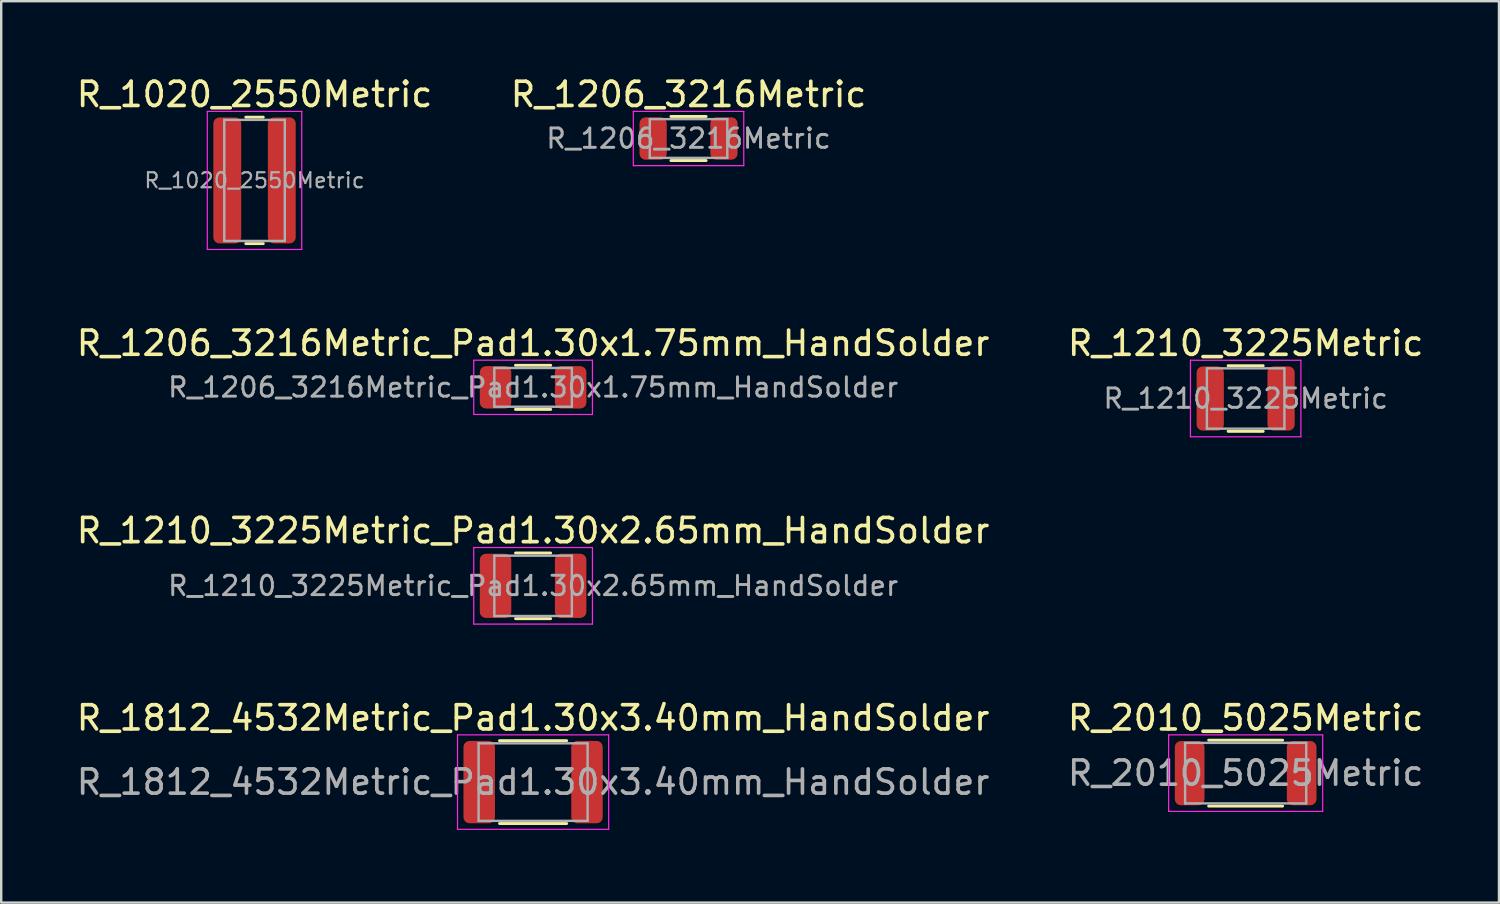
<source format=kicad_pcb>
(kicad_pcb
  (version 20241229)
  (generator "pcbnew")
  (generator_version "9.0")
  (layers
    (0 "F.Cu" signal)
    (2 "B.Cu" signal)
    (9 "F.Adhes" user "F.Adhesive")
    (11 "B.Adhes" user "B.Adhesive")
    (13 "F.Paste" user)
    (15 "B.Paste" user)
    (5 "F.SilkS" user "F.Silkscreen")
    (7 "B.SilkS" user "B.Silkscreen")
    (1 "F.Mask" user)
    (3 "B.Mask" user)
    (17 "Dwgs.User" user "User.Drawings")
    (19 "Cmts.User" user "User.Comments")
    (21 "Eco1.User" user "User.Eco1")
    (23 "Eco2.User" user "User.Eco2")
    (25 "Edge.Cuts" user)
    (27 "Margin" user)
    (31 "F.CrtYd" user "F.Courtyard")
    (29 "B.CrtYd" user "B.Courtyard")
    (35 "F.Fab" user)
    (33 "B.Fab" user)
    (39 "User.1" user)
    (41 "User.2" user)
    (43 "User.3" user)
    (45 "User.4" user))
  (footprint "R_1210_3225Metric_Pad1.30x2.65mm_HandSolder"
    (layer "F.Cu")
    (at 18.958 21.135)
    (property "Reference" "R_1210_3225Metric_Pad1.30x2.65mm_HandSolder" (at 0 -2.28 0) (layer "F.SilkS") (effects (font (size 1 1) (thickness 0.15))))
    (attr smd)
    (fp_line (start -0.724 -1.355) (end 0.724 -1.355) (stroke (width 0.12) (type solid)) (layer "F.SilkS"))
    (fp_line (start -0.724 1.355) (end 0.724 1.355) (stroke (width 0.12) (type solid)) (layer "F.SilkS"))
    (fp_line (start -2.45 -1.58) (end 2.45 -1.58) (stroke (width 0.05) (type solid)) (layer "F.CrtYd"))
    (fp_line (start -2.45 1.58) (end -2.45 -1.58) (stroke (width 0.05) (type solid)) (layer "F.CrtYd"))
    (fp_line (start 2.45 -1.58) (end 2.45 1.58) (stroke (width 0.05) (type solid)) (layer "F.CrtYd"))
    (fp_line (start 2.45 1.58) (end -2.45 1.58) (stroke (width 0.05) (type solid)) (layer "F.CrtYd"))
    (fp_line (start -1.6 -1.245) (end 1.6 -1.245) (stroke (width 0.1) (type solid)) (layer "F.Fab"))
    (fp_line (start -1.6 1.245) (end -1.6 -1.245) (stroke (width 0.1) (type solid)) (layer "F.Fab"))
    (fp_line (start 1.6 -1.245) (end 1.6 1.245) (stroke (width 0.1) (type solid)) (layer "F.Fab"))
    (fp_line (start 1.6 1.245) (end -1.6 1.245) (stroke (width 0.1) (type solid)) (layer "F.Fab"))
    (fp_text user "${REFERENCE}" (at 0 0 0) (layer "F.Fab") (effects (font (size 0.8 0.8) (thickness 0.12))))
    (pad "1" smd roundrect (at -1.55 0) (size 1.3 2.65) (layers "F.Cu" "F.Mask" "F.Paste") (roundrect_rratio 0.192))
    (pad "2" smd roundrect (at 1.55 0) (size 1.3 2.65) (layers "F.Cu" "F.Mask" "F.Paste") (roundrect_rratio 0.192)))
  (footprint "R_1210_3225Metric"
    (layer "F.Cu")
    (at 48.375 13.402)
    (property "Reference" "R_1210_3225Metric" (at 0 -2.28 0) (layer "F.SilkS") (effects (font (size 1 1) (thickness 0.15))))
    (attr smd)
    (fp_line (start -0.724 -1.355) (end 0.724 -1.355) (stroke (width 0.12) (type solid)) (layer "F.SilkS"))
    (fp_line (start -0.724 1.355) (end 0.724 1.355) (stroke (width 0.12) (type solid)) (layer "F.SilkS"))
    (fp_line (start -2.28 -1.58) (end 2.28 -1.58) (stroke (width 0.05) (type solid)) (layer "F.CrtYd"))
    (fp_line (start -2.28 1.58) (end -2.28 -1.58) (stroke (width 0.05) (type solid)) (layer "F.CrtYd"))
    (fp_line (start 2.28 -1.58) (end 2.28 1.58) (stroke (width 0.05) (type solid)) (layer "F.CrtYd"))
    (fp_line (start 2.28 1.58) (end -2.28 1.58) (stroke (width 0.05) (type solid)) (layer "F.CrtYd"))
    (fp_line (start -1.6 -1.245) (end 1.6 -1.245) (stroke (width 0.1) (type solid)) (layer "F.Fab"))
    (fp_line (start -1.6 1.245) (end -1.6 -1.245) (stroke (width 0.1) (type solid)) (layer "F.Fab"))
    (fp_line (start 1.6 -1.245) (end 1.6 1.245) (stroke (width 0.1) (type solid)) (layer "F.Fab"))
    (fp_line (start 1.6 1.245) (end -1.6 1.245) (stroke (width 0.1) (type solid)) (layer "F.Fab"))
    (fp_text user "${REFERENCE}" (at 0 0 0) (layer "F.Fab") (effects (font (size 0.8 0.8) (thickness 0.12))))
    (pad "1" smd roundrect (at -1.462 0) (size 1.125 2.65) (layers "F.Cu" "F.Mask" "F.Paste") (roundrect_rratio 0.222))
    (pad "2" smd roundrect (at 1.462 0) (size 1.125 2.65) (layers "F.Cu" "F.Mask" "F.Paste") (roundrect_rratio 0.222)))
  (footprint "R_2010_5025Metric"
    (layer "F.Cu")
    (at 48.375 28.868)
    (property "Reference" "R_2010_5025Metric" (at 0 -2.28 0) (layer "F.SilkS") (effects (font (size 1 1) (thickness 0.15))))
    (attr smd)
    (fp_line (start -1.527 -1.36) (end 1.527 -1.36) (stroke (width 0.12) (type solid)) (layer "F.SilkS"))
    (fp_line (start -1.527 1.36) (end 1.527 1.36) (stroke (width 0.12) (type solid)) (layer "F.SilkS"))
    (fp_line (start -3.18 -1.58) (end 3.18 -1.58) (stroke (width 0.05) (type solid)) (layer "F.CrtYd"))
    (fp_line (start -3.18 1.58) (end -3.18 -1.58) (stroke (width 0.05) (type solid)) (layer "F.CrtYd"))
    (fp_line (start 3.18 -1.58) (end 3.18 1.58) (stroke (width 0.05) (type solid)) (layer "F.CrtYd"))
    (fp_line (start 3.18 1.58) (end -3.18 1.58) (stroke (width 0.05) (type solid)) (layer "F.CrtYd"))
    (fp_line (start -2.5 -1.25) (end 2.5 -1.25) (stroke (width 0.1) (type solid)) (layer "F.Fab"))
    (fp_line (start -2.5 1.25) (end -2.5 -1.25) (stroke (width 0.1) (type solid)) (layer "F.Fab"))
    (fp_line (start 2.5 -1.25) (end 2.5 1.25) (stroke (width 0.1) (type solid)) (layer "F.Fab"))
    (fp_line (start 2.5 1.25) (end -2.5 1.25) (stroke (width 0.1) (type solid)) (layer "F.Fab"))
    (fp_text user "${REFERENCE}" (at 0 0 0) (layer "F.Fab") (effects (font (size 1 1) (thickness 0.15))))
    (pad "1" smd roundrect (at -2.312 0) (size 1.225 2.65) (layers "F.Cu" "F.Mask" "F.Paste") (roundrect_rratio 0.204))
    (pad "2" smd roundrect (at 2.312 0) (size 1.225 2.65) (layers "F.Cu" "F.Mask" "F.Paste") (roundrect_rratio 0.204)))
  (footprint "R_1020_2550Metric"
    (layer "F.Cu")
    (at 7.458 4.398)
    (property "Reference" "R_1020_2550Metric" (at 0 -3.55 0) (layer "F.SilkS") (effects (font (size 1 1) (thickness 0.15))))
    (attr smd)
    (fp_line (start -0.361 -2.61) (end 0.361 -2.61) (stroke (width 0.12) (type solid)) (layer "F.SilkS"))
    (fp_line (start -0.361 2.61) (end 0.361 2.61) (stroke (width 0.12) (type solid)) (layer "F.SilkS"))
    (fp_line (start -1.95 -2.85) (end 1.95 -2.85) (stroke (width 0.05) (type solid)) (layer "F.CrtYd"))
    (fp_line (start -1.95 2.85) (end -1.95 -2.85) (stroke (width 0.05) (type solid)) (layer "F.CrtYd"))
    (fp_line (start 1.95 -2.85) (end 1.95 2.85) (stroke (width 0.05) (type solid)) (layer "F.CrtYd"))
    (fp_line (start 1.95 2.85) (end -1.95 2.85) (stroke (width 0.05) (type solid)) (layer "F.CrtYd"))
    (fp_line (start -1.25 -2.5) (end 1.25 -2.5) (stroke (width 0.1) (type solid)) (layer "F.Fab"))
    (fp_line (start -1.25 2.5) (end -1.25 -2.5) (stroke (width 0.1) (type solid)) (layer "F.Fab"))
    (fp_line (start 1.25 -2.5) (end 1.25 2.5) (stroke (width 0.1) (type solid)) (layer "F.Fab"))
    (fp_line (start 1.25 2.5) (end -1.25 2.5) (stroke (width 0.1) (type solid)) (layer "F.Fab"))
    (fp_text user "${REFERENCE}" (at 0 0 0) (layer "F.Fab") (effects (font (size 0.62 0.62) (thickness 0.09))))
    (pad "1" smd roundrect (at -1.125 0) (size 1.15 5.2) (layers "F.Cu" "F.Mask" "F.Paste") (roundrect_rratio 0.217))
    (pad "2" smd roundrect (at 1.125 0) (size 1.15 5.2) (layers "F.Cu" "F.Mask" "F.Paste") (roundrect_rratio 0.217)))
  (footprint "R_1206_3216Metric"
    (layer "F.Cu")
    (at 25.375 2.668)
    (property "Reference" "R_1206_3216Metric" (at 0 -1.82 0) (layer "F.SilkS") (effects (font (size 1 1) (thickness 0.15))))
    (attr smd)
    (fp_line (start -0.727 -0.91) (end 0.727 -0.91) (stroke (width 0.12) (type solid)) (layer "F.SilkS"))
    (fp_line (start -0.727 0.91) (end 0.727 0.91) (stroke (width 0.12) (type solid)) (layer "F.SilkS"))
    (fp_line (start -2.28 -1.12) (end 2.28 -1.12) (stroke (width 0.05) (type solid)) (layer "F.CrtYd"))
    (fp_line (start -2.28 1.12) (end -2.28 -1.12) (stroke (width 0.05) (type solid)) (layer "F.CrtYd"))
    (fp_line (start 2.28 -1.12) (end 2.28 1.12) (stroke (width 0.05) (type solid)) (layer "F.CrtYd"))
    (fp_line (start 2.28 1.12) (end -2.28 1.12) (stroke (width 0.05) (type solid)) (layer "F.CrtYd"))
    (fp_line (start -1.6 -0.8) (end 1.6 -0.8) (stroke (width 0.1) (type solid)) (layer "F.Fab"))
    (fp_line (start -1.6 0.8) (end -1.6 -0.8) (stroke (width 0.1) (type solid)) (layer "F.Fab"))
    (fp_line (start 1.6 -0.8) (end 1.6 0.8) (stroke (width 0.1) (type solid)) (layer "F.Fab"))
    (fp_line (start 1.6 0.8) (end -1.6 0.8) (stroke (width 0.1) (type solid)) (layer "F.Fab"))
    (fp_text user "${REFERENCE}" (at 0 0 0) (layer "F.Fab") (effects (font (size 0.8 0.8) (thickness 0.12))))
    (pad "1" smd roundrect (at -1.462 0) (size 1.125 1.75) (layers "F.Cu" "F.Mask" "F.Paste") (roundrect_rratio 0.222))
    (pad "2" smd roundrect (at 1.462 0) (size 1.125 1.75) (layers "F.Cu" "F.Mask" "F.Paste") (roundrect_rratio 0.222)))
  (footprint "R_1206_3216Metric_Pad1.30x1.75mm_HandSolder"
    (layer "F.Cu")
    (at 18.958 12.941)
    (property "Reference" "R_1206_3216Metric_Pad1.30x1.75mm_HandSolder" (at 0 -1.82 0) (layer "F.SilkS") (effects (font (size 1 1) (thickness 0.15))))
    (attr smd)
    (fp_line (start -0.727 -0.91) (end 0.727 -0.91) (stroke (width 0.12) (type solid)) (layer "F.SilkS"))
    (fp_line (start -0.727 0.91) (end 0.727 0.91) (stroke (width 0.12) (type solid)) (layer "F.SilkS"))
    (fp_line (start -2.45 -1.12) (end 2.45 -1.12) (stroke (width 0.05) (type solid)) (layer "F.CrtYd"))
    (fp_line (start -2.45 1.12) (end -2.45 -1.12) (stroke (width 0.05) (type solid)) (layer "F.CrtYd"))
    (fp_line (start 2.45 -1.12) (end 2.45 1.12) (stroke (width 0.05) (type solid)) (layer "F.CrtYd"))
    (fp_line (start 2.45 1.12) (end -2.45 1.12) (stroke (width 0.05) (type solid)) (layer "F.CrtYd"))
    (fp_line (start -1.6 -0.8) (end 1.6 -0.8) (stroke (width 0.1) (type solid)) (layer "F.Fab"))
    (fp_line (start -1.6 0.8) (end -1.6 -0.8) (stroke (width 0.1) (type solid)) (layer "F.Fab"))
    (fp_line (start 1.6 -0.8) (end 1.6 0.8) (stroke (width 0.1) (type solid)) (layer "F.Fab"))
    (fp_line (start 1.6 0.8) (end -1.6 0.8) (stroke (width 0.1) (type solid)) (layer "F.Fab"))
    (fp_text user "${REFERENCE}" (at 0 0 0) (layer "F.Fab") (effects (font (size 0.8 0.8) (thickness 0.12))))
    (pad "1" smd roundrect (at -1.55 0) (size 1.3 1.75) (layers "F.Cu" "F.Mask" "F.Paste") (roundrect_rratio 0.192))
    (pad "2" smd roundrect (at 1.55 0) (size 1.3 1.75) (layers "F.Cu" "F.Mask" "F.Paste") (roundrect_rratio 0.192)))
  (footprint "R_1812_4532Metric_Pad1.30x3.40mm_HandSolder"
    (layer "F.Cu")
    (at 18.958 29.238)
    (property "Reference" "R_1812_4532Metric_Pad1.30x3.40mm_HandSolder" (at 0 -2.65 0) (layer "F.SilkS") (effects (font (size 1 1) (thickness 0.15))))
    (attr smd)
    (fp_line (start -1.386 -1.71) (end 1.386 -1.71) (stroke (width 0.12) (type solid)) (layer "F.SilkS"))
    (fp_line (start -1.386 1.71) (end 1.386 1.71) (stroke (width 0.12) (type solid)) (layer "F.SilkS"))
    (fp_line (start -3.12 -1.95) (end 3.12 -1.95) (stroke (width 0.05) (type solid)) (layer "F.CrtYd"))
    (fp_line (start -3.12 1.95) (end -3.12 -1.95) (stroke (width 0.05) (type solid)) (layer "F.CrtYd"))
    (fp_line (start 3.12 -1.95) (end 3.12 1.95) (stroke (width 0.05) (type solid)) (layer "F.CrtYd"))
    (fp_line (start 3.12 1.95) (end -3.12 1.95) (stroke (width 0.05) (type solid)) (layer "F.CrtYd"))
    (fp_line (start -2.25 -1.6) (end 2.25 -1.6) (stroke (width 0.1) (type solid)) (layer "F.Fab"))
    (fp_line (start -2.25 1.6) (end -2.25 -1.6) (stroke (width 0.1) (type solid)) (layer "F.Fab"))
    (fp_line (start 2.25 -1.6) (end 2.25 1.6) (stroke (width 0.1) (type solid)) (layer "F.Fab"))
    (fp_line (start 2.25 1.6) (end -2.25 1.6) (stroke (width 0.1) (type solid)) (layer "F.Fab"))
    (fp_text user "${REFERENCE}" (at 0 0 0) (layer "F.Fab") (effects (font (size 1 1) (thickness 0.15))))
    (pad "1" smd roundrect (at -2.225 0) (size 1.3 3.4) (layers "F.Cu" "F.Mask" "F.Paste") (roundrect_rratio 0.192))
    (pad "2" smd roundrect (at 2.225 0) (size 1.3 3.4) (layers "F.Cu" "F.Mask" "F.Paste") (roundrect_rratio 0.192)))
  (gr_rect
    (start -3 -3)
    (end 58.833 34.213)
    (stroke (width 0.1) (type default))
    (fill no)
    (layer "Edge.Cuts")))
</source>
